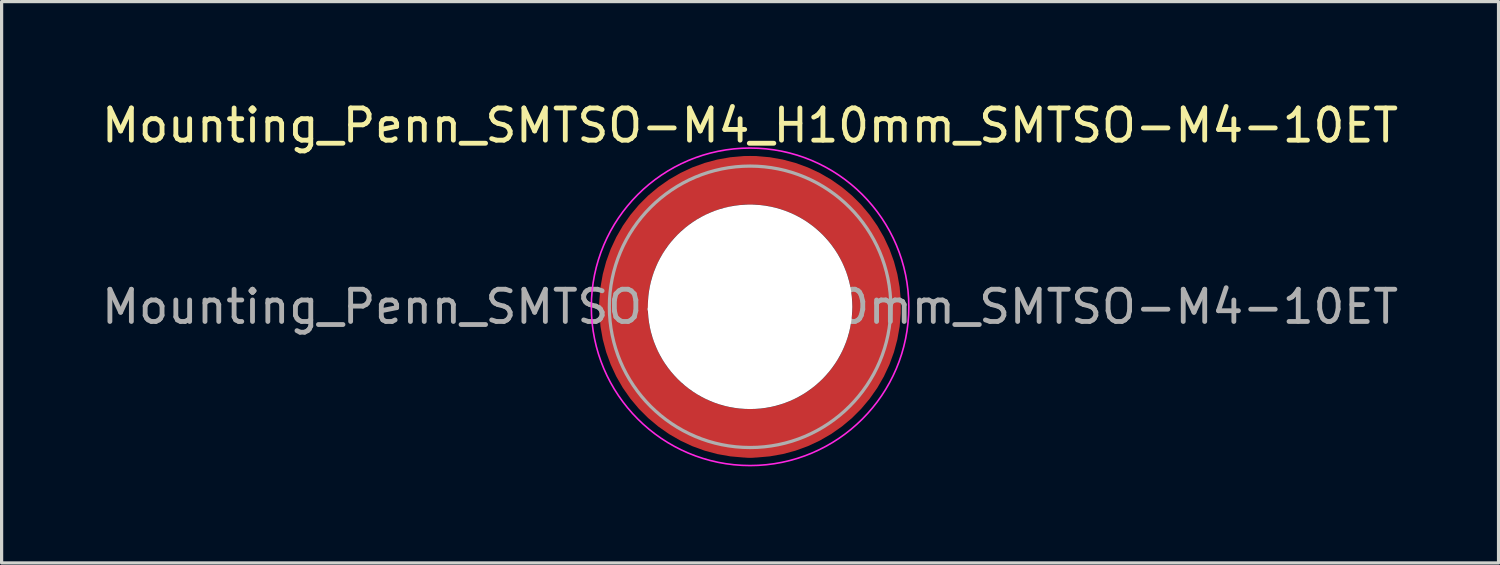
<source format=kicad_pcb>
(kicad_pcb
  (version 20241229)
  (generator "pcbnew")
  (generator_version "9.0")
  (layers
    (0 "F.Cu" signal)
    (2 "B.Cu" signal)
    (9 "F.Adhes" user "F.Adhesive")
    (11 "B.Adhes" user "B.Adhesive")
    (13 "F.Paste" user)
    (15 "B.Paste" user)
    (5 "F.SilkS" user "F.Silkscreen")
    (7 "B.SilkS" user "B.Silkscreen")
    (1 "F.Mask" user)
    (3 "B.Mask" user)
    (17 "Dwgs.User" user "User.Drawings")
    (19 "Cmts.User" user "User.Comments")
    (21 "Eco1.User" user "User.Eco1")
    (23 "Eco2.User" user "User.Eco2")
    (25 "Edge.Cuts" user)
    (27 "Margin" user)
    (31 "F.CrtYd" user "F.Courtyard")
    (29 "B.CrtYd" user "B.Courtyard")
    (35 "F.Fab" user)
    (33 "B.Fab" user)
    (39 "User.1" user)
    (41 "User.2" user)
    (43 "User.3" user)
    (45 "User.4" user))
  (footprint "Mounting_Penn_SMTSO-M4_H10mm_SMTSO-M4-10ET"
    (layer "F.Cu")
    (at 20.244 6.478)
    (property "Reference" "Mounting_Penn_SMTSO-M4_H10mm_SMTSO-M4-10ET" (at 0 -5.63 0) (layer "F.SilkS") (effects (font (size 1 1) (thickness 0.15))))
    (attr smd)
    (fp_circle (center 0 0) (end 4.93 0) (stroke (width 0.05) (type solid)) (fill no) (layer "F.CrtYd"))
    (fp_circle (center 0 0) (end 4.37 0) (stroke (width 0.1) (type solid)) (fill no) (layer "F.Fab"))
    (fp_text user "${REFERENCE}" (at 0 0 0) (layer "F.Fab") (effects (font (size 1 1) (thickness 0.15))))
    (pad "" smd custom (at -2.779 -2.779) (size 0.655 0.655) (layers "F.Paste") (options (anchor circle)) (primitives (gr_arc (start -0.582711 2.47893) (mid 0.392444 0.392444) (end 2.47893 -0.582711) (width 0.2)) (gr_arc (start -0.675568 2.47893) (mid 0.327037 0.327037) (end 2.47893 -0.675568) (width 0.2)) (gr_arc (start -0.768407 2.47893) (mid 0.26163 0.26163) (end 2.47893 -0.768407) (width 0.2)) (gr_arc (start -0.861229 2.47893) (mid 0.196222 0.196222) (end 2.47893 -0.861229) (width 0.2)) (gr_arc (start -0.954035 2.47893) (mid 0.130815 0.130815) (end 2.47893 -0.954035) (width 0.2)) (gr_arc (start -1.046826 2.47893) (mid 0.065407 0.065407) (end 2.47893 -1.046826) (width 0.2)) (gr_arc (start -1.139603 2.47893) (mid 0 0) (end 2.47893 -1.139603) (width 0.2)) (gr_arc (start -1.232368 2.47893) (mid -0.065408 -0.065408) (end 2.47893 -1.232368) (width 0.2)) (gr_arc (start -1.32512 2.47893) (mid -0.130815 -0.130815) (end 2.47893 -1.32512) (width 0.2)) (gr_arc (start -1.417862 2.47893) (mid -0.196222 -0.196222) (end 2.47893 -1.417862) (width 0.2)) (gr_arc (start -1.510592 2.47893) (mid -0.261629 -0.261629) (end 2.47893 -1.510592) (width 0.2)) (gr_arc (start -1.603314 2.47893) (mid -0.327037 -0.327037) (end 2.47893 -1.603314) (width 0.2)) (gr_arc (start -1.696026 2.47893) (mid -0.392444 -0.392444) (end 2.47893 -1.696026) (width 0.2)) (gr_arc (start -1.696026 2.47893) (mid -0.392444 -0.392444) (end 2.47893 -1.696026) (width 0.2)) (gr_line (start 2.479 -0.583) (end 2.479 -1.696) (width 0.2)) (gr_line (start -0.583 2.479) (end -1.696 2.479) (width 0.2))))
    (pad "" smd custom (at -2.779 2.779) (size 0.655 0.655) (layers "F.Paste") (options (anchor circle)) (primitives (gr_arc (start 2.47893 0.582711) (mid 0.392444 -0.392444) (end -0.582711 -2.47893) (width 0.2)) (gr_arc (start 2.47893 0.675568) (mid 0.327037 -0.327037) (end -0.675568 -2.47893) (width 0.2)) (gr_arc (start 2.47893 0.768407) (mid 0.26163 -0.26163) (end -0.768407 -2.47893) (width 0.2)) (gr_arc (start 2.47893 0.861229) (mid 0.196222 -0.196222) (end -0.861229 -2.47893) (width 0.2)) (gr_arc (start 2.47893 0.954035) (mid 0.130815 -0.130815) (end -0.954035 -2.47893) (width 0.2)) (gr_arc (start 2.47893 1.046826) (mid 0.065407 -0.065407) (end -1.046826 -2.47893) (width 0.2)) (gr_arc (start 2.47893 1.139603) (mid 0 0) (end -1.139603 -2.47893) (width 0.2)) (gr_arc (start 2.47893 1.232368) (mid -0.065408 0.065408) (end -1.232368 -2.47893) (width 0.2)) (gr_arc (start 2.47893 1.32512) (mid -0.130815 0.130815) (end -1.32512 -2.47893) (width 0.2)) (gr_arc (start 2.47893 1.417862) (mid -0.196222 0.196222) (end -1.417862 -2.47893) (width 0.2)) (gr_arc (start 2.47893 1.510592) (mid -0.261629 0.261629) (end -1.510592 -2.47893) (width 0.2)) (gr_arc (start 2.47893 1.603314) (mid -0.327037 0.327037) (end -1.603314 -2.47893) (width 0.2)) (gr_arc (start 2.47893 1.696026) (mid -0.392444 0.392444) (end -1.696026 -2.47893) (width 0.2)) (gr_arc (start 2.47893 1.696026) (mid -0.392444 0.392444) (end -1.696026 -2.47893) (width 0.2)) (gr_line (start -0.583 -2.479) (end -1.696 -2.479) (width 0.2)) (gr_line (start 2.479 0.583) (end 2.479 1.696) (width 0.2))))
    (pad "" np_thru_hole circle (at 0 0) (size 6.35 6.35) (drill 6.35) (layers "*.Cu" "*.Mask"))
    (pad "" smd custom (at 2.779 -2.779) (size 0.655 0.655) (layers "F.Paste") (options (anchor circle)) (primitives (gr_arc (start -2.47893 -0.582711) (mid -0.392444 0.392444) (end 0.582711 2.47893) (width 0.2)) (gr_arc (start -2.47893 -0.675568) (mid -0.327037 0.327037) (end 0.675568 2.47893) (width 0.2)) (gr_arc (start -2.47893 -0.768407) (mid -0.26163 0.26163) (end 0.768407 2.47893) (width 0.2)) (gr_arc (start -2.47893 -0.861229) (mid -0.196222 0.196222) (end 0.861229 2.47893) (width 0.2)) (gr_arc (start -2.47893 -0.954035) (mid -0.130815 0.130815) (end 0.954035 2.47893) (width 0.2)) (gr_arc (start -2.47893 -1.046826) (mid -0.065407 0.065407) (end 1.046826 2.47893) (width 0.2)) (gr_arc (start -2.47893 -1.139603) (mid 0 0) (end 1.139603 2.47893) (width 0.2)) (gr_arc (start -2.47893 -1.232368) (mid 0.065408 -0.065408) (end 1.232368 2.47893) (width 0.2)) (gr_arc (start -2.47893 -1.32512) (mid 0.130815 -0.130815) (end 1.32512 2.47893) (width 0.2)) (gr_arc (start -2.47893 -1.417862) (mid 0.196222 -0.196222) (end 1.417862 2.47893) (width 0.2)) (gr_arc (start -2.47893 -1.510592) (mid 0.261629 -0.261629) (end 1.510592 2.47893) (width 0.2)) (gr_arc (start -2.47893 -1.603314) (mid 0.327037 -0.327037) (end 1.603314 2.47893) (width 0.2)) (gr_arc (start -2.47893 -1.696026) (mid 0.392444 -0.392444) (end 1.696026 2.47893) (width 0.2)) (gr_arc (start -2.47893 -1.696026) (mid 0.392444 -0.392444) (end 1.696026 2.47893) (width 0.2)) (gr_line (start 0.583 2.479) (end 1.696 2.479) (width 0.2)) (gr_line (start -2.479 -0.583) (end -2.479 -1.696) (width 0.2))))
    (pad "" smd custom (at 2.779 2.779) (size 0.655 0.655) (layers "F.Paste") (options (anchor circle)) (primitives (gr_arc (start 0.582711 -2.47893) (mid -0.392444 -0.392444) (end -2.47893 0.582711) (width 0.2)) (gr_arc (start 0.675568 -2.47893) (mid -0.327037 -0.327037) (end -2.47893 0.675568) (width 0.2)) (gr_arc (start 0.768407 -2.47893) (mid -0.26163 -0.26163) (end -2.47893 0.768407) (width 0.2)) (gr_arc (start 0.861229 -2.47893) (mid -0.196222 -0.196222) (end -2.47893 0.861229) (width 0.2)) (gr_arc (start 0.954035 -2.47893) (mid -0.130815 -0.130815) (end -2.47893 0.954035) (width 0.2)) (gr_arc (start 1.046826 -2.47893) (mid -0.065407 -0.065407) (end -2.47893 1.046826) (width 0.2)) (gr_arc (start 1.139603 -2.47893) (mid 0 0) (end -2.47893 1.139603) (width 0.2)) (gr_arc (start 1.232368 -2.47893) (mid 0.065408 0.065408) (end -2.47893 1.232368) (width 0.2)) (gr_arc (start 1.32512 -2.47893) (mid 0.130815 0.130815) (end -2.47893 1.32512) (width 0.2)) (gr_arc (start 1.417862 -2.47893) (mid 0.196222 0.196222) (end -2.47893 1.417862) (width 0.2)) (gr_arc (start 1.510592 -2.47893) (mid 0.261629 0.261629) (end -2.47893 1.510592) (width 0.2)) (gr_arc (start 1.603314 -2.47893) (mid 0.327037 0.327037) (end -2.47893 1.603314) (width 0.2)) (gr_arc (start 1.696026 -2.47893) (mid 0.392444 0.392444) (end -2.47893 1.696026) (width 0.2)) (gr_arc (start 1.696026 -2.47893) (mid 0.392444 0.392444) (end -2.47893 1.696026) (width 0.2)) (gr_line (start -2.479 0.583) (end -2.479 1.696) (width 0.2)) (gr_line (start 0.583 -2.479) (end 1.696 -2.479) (width 0.2))))
    (pad "1" smd circle (at -3.93 0) (size 1.51 1.51) (layers "F.Cu"))
    (pad "1" smd circle (at 0 -3.93) (size 1.51 1.51) (layers "F.Cu"))
    (pad "1" smd circle (at 0 3.93) (size 1.51 1.51) (layers "F.Cu"))
    (pad "1" smd custom (at 3.93 0) (size 1.51 1.51) (layers "F.Cu" "F.Mask") (options (anchor circle)) (primitives (gr_circle (center -3.93 0) (end 0 0) (width 1.51) (fill no)))))
  (gr_rect
    (start -3 -3)
    (end 43.488 14.433)
    (stroke (width 0.1) (type default))
    (fill no)
    (layer "Edge.Cuts")))
</source>
